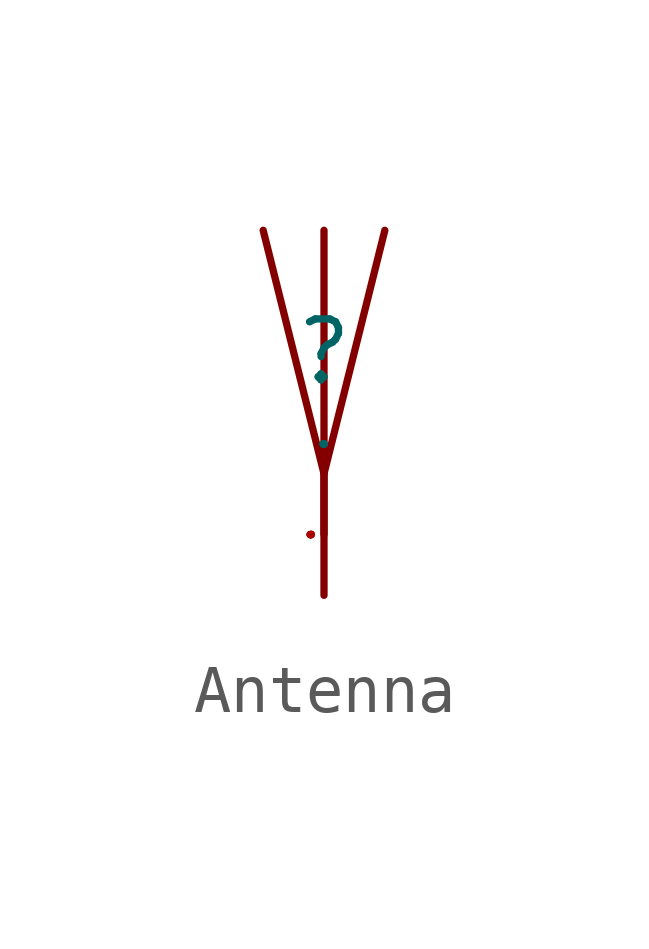
<source format=kicad_sym>
(kicad_symbol_lib
  (version 20241209)
  (generator "kicad_symbol_editor")
  (generator_version "9.0")
  (symbol "Antenna"
    (property "Reference" ""
      (at 0 0 0)
      (effects (font (size 1.27 1.27))))
    (property "Value" ""
      (at 0 0 0)
      (effects (font (size 1.27 1.27))))
    (symbol "Antenna_1_0"
      (polyline (pts (xy 0 2.54) (xy 0 -3.81)) (stroke (width 0) (type default)) (fill (type none)))
      (polyline (pts (xy 1.27 2.54) (xy 0 -2.54) (xy -1.27 2.54)) (stroke (width 0) (type default)) (fill (type none)))
      (pin input line (at 0 -5.08 90) (length 2.54) (name "A" (effects (font (size 0.025 0.025)))) (number "1" (effects (font (size 0.025 0.025))))))))
</source>
